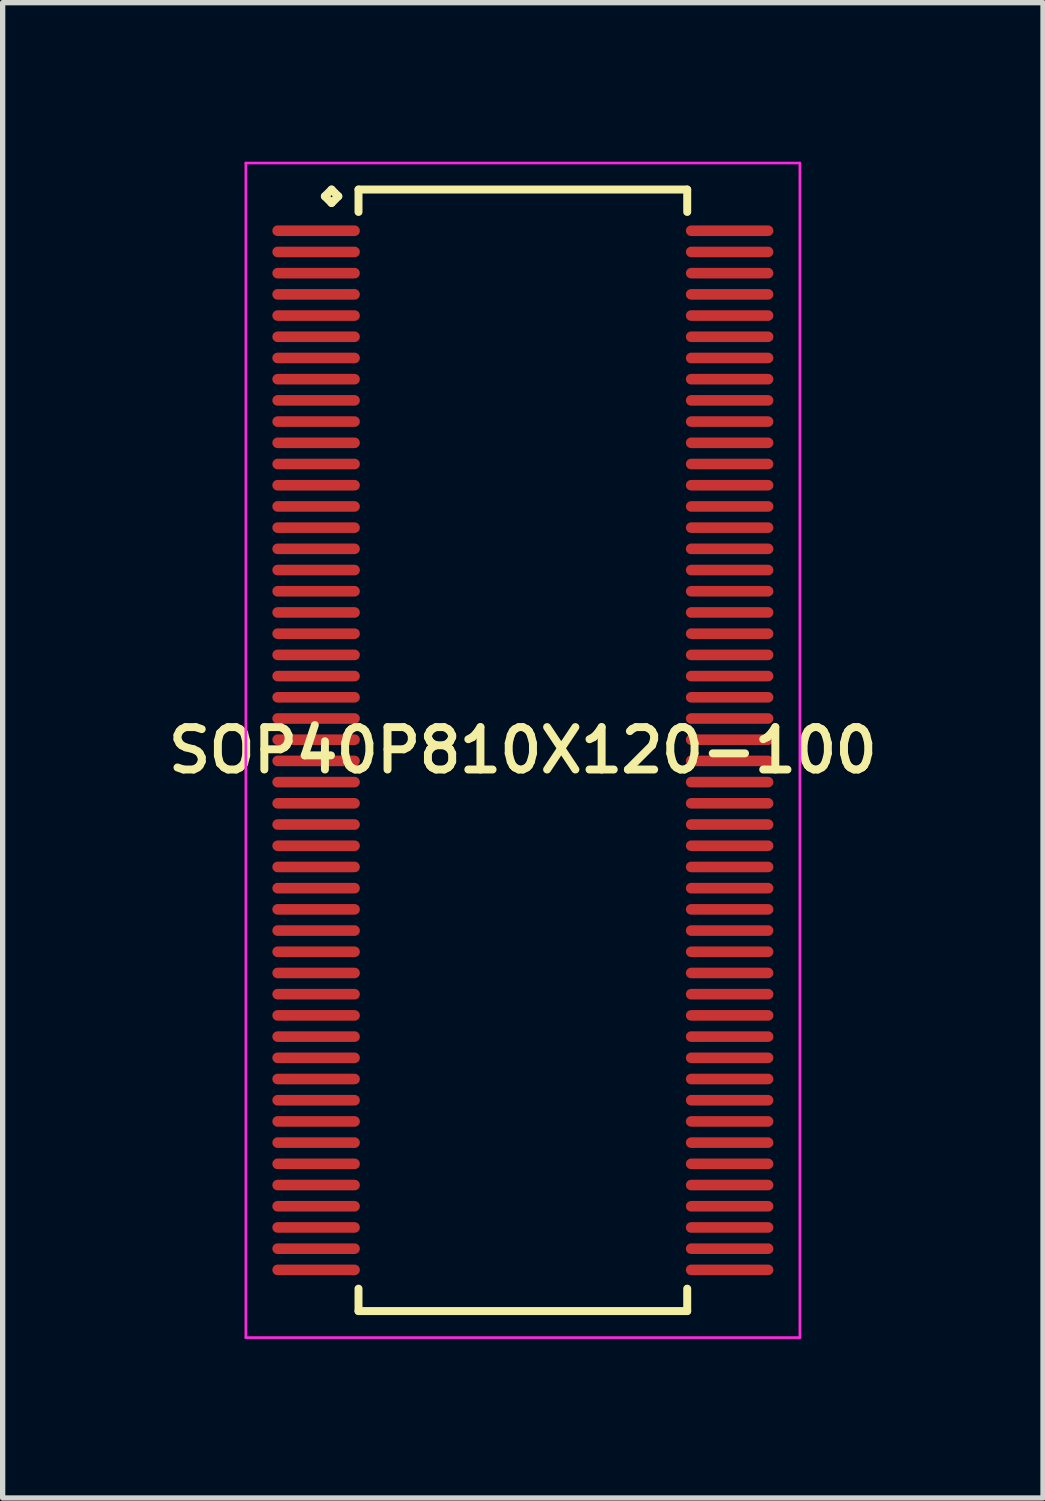
<source format=kicad_pcb>
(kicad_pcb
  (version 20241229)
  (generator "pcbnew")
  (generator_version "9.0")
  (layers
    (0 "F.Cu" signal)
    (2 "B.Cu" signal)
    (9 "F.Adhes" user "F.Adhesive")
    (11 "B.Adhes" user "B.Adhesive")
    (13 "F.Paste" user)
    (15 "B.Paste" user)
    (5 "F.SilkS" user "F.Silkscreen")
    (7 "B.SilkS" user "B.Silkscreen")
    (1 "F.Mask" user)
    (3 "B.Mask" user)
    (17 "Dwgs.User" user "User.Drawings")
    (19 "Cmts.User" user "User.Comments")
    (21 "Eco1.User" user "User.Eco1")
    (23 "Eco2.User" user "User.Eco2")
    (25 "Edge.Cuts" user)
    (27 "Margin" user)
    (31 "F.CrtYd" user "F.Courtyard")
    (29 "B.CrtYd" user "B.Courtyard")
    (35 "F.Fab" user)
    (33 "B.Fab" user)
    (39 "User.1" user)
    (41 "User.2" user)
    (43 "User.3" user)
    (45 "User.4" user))
  (footprint "SOP40P810X120-100"
    (layer "F.Cu")
    (at 6.812 11.102)
    (property "Reference" "SOP40P810X120-100" (at 0 0 0) (layer "F.SilkS") (effects (font (size 0.8 0.8) (thickness 0.15))))
    (attr smd)
    (fp_line (start -3.735 -10.45) (end -3.608 -10.577) (stroke (width 0.15) (type solid)) (layer "F.SilkS"))
    (fp_line (start -3.608 -10.577) (end -3.481 -10.45) (stroke (width 0.15) (type solid)) (layer "F.SilkS"))
    (fp_line (start -3.608 -10.323) (end -3.735 -10.45) (stroke (width 0.15) (type solid)) (layer "F.SilkS"))
    (fp_line (start -3.481 -10.45) (end -3.608 -10.323) (stroke (width 0.15) (type solid)) (layer "F.SilkS"))
    (fp_line (start -3.1 -10.577) (end 3.1 -10.577) (stroke (width 0.15) (type solid)) (layer "F.SilkS"))
    (fp_line (start -3.1 -10.154) (end -3.1 -10.577) (stroke (width 0.15) (type solid)) (layer "F.SilkS"))
    (fp_line (start -3.1 10.154) (end -3.1 10.577) (stroke (width 0.15) (type solid)) (layer "F.SilkS"))
    (fp_line (start -3.1 10.577) (end 3.1 10.577) (stroke (width 0.15) (type solid)) (layer "F.SilkS"))
    (fp_line (start 3.1 -10.577) (end 3.1 -10.154) (stroke (width 0.15) (type solid)) (layer "F.SilkS"))
    (fp_line (start 3.1 10.577) (end 3.1 10.154) (stroke (width 0.15) (type solid)) (layer "F.SilkS"))
    (fp_line (start -5.225 -11.077) (end 5.225 -11.077) (stroke (width 0.05) (type solid)) (layer "F.CrtYd"))
    (fp_line (start -5.225 11.077) (end -5.225 -11.077) (stroke (width 0.05) (type solid)) (layer "F.CrtYd"))
    (fp_line (start 5.225 -11.077) (end 5.225 11.077) (stroke (width 0.05) (type solid)) (layer "F.CrtYd"))
    (fp_line (start 5.225 11.077) (end -5.225 11.077) (stroke (width 0.05) (type solid)) (layer "F.CrtYd"))
    (pad "1" smd oval (at -3.9 -9.8) (size 1.65 0.2) (layers "F.Cu" "F.Mask" "F.Paste"))
    (pad "2" smd oval (at -3.9 -9.4) (size 1.65 0.2) (layers "F.Cu" "F.Mask" "F.Paste"))
    (pad "3" smd oval (at -3.9 -9) (size 1.65 0.2) (layers "F.Cu" "F.Mask" "F.Paste"))
    (pad "4" smd oval (at -3.9 -8.6) (size 1.65 0.2) (layers "F.Cu" "F.Mask" "F.Paste"))
    (pad "5" smd oval (at -3.9 -8.2) (size 1.65 0.2) (layers "F.Cu" "F.Mask" "F.Paste"))
    (pad "6" smd oval (at -3.9 -7.8) (size 1.65 0.2) (layers "F.Cu" "F.Mask" "F.Paste"))
    (pad "7" smd oval (at -3.9 -7.4) (size 1.65 0.2) (layers "F.Cu" "F.Mask" "F.Paste"))
    (pad "8" smd oval (at -3.9 -7) (size 1.65 0.2) (layers "F.Cu" "F.Mask" "F.Paste"))
    (pad "9" smd oval (at -3.9 -6.6) (size 1.65 0.2) (layers "F.Cu" "F.Mask" "F.Paste"))
    (pad "10" smd oval (at -3.9 -6.2) (size 1.65 0.2) (layers "F.Cu" "F.Mask" "F.Paste"))
    (pad "11" smd oval (at -3.9 -5.8) (size 1.65 0.2) (layers "F.Cu" "F.Mask" "F.Paste"))
    (pad "12" smd oval (at -3.9 -5.4) (size 1.65 0.2) (layers "F.Cu" "F.Mask" "F.Paste"))
    (pad "13" smd oval (at -3.9 -5) (size 1.65 0.2) (layers "F.Cu" "F.Mask" "F.Paste"))
    (pad "14" smd oval (at -3.9 -4.6) (size 1.65 0.2) (layers "F.Cu" "F.Mask" "F.Paste"))
    (pad "15" smd oval (at -3.9 -4.2) (size 1.65 0.2) (layers "F.Cu" "F.Mask" "F.Paste"))
    (pad "16" smd oval (at -3.9 -3.8) (size 1.65 0.2) (layers "F.Cu" "F.Mask" "F.Paste"))
    (pad "17" smd oval (at -3.9 -3.4) (size 1.65 0.2) (layers "F.Cu" "F.Mask" "F.Paste"))
    (pad "18" smd oval (at -3.9 -3) (size 1.65 0.2) (layers "F.Cu" "F.Mask" "F.Paste"))
    (pad "19" smd oval (at -3.9 -2.6) (size 1.65 0.2) (layers "F.Cu" "F.Mask" "F.Paste"))
    (pad "20" smd oval (at -3.9 -2.2) (size 1.65 0.2) (layers "F.Cu" "F.Mask" "F.Paste"))
    (pad "21" smd oval (at -3.9 -1.8) (size 1.65 0.2) (layers "F.Cu" "F.Mask" "F.Paste"))
    (pad "22" smd oval (at -3.9 -1.4) (size 1.65 0.2) (layers "F.Cu" "F.Mask" "F.Paste"))
    (pad "23" smd oval (at -3.9 -1) (size 1.65 0.2) (layers "F.Cu" "F.Mask" "F.Paste"))
    (pad "24" smd oval (at -3.9 -0.6) (size 1.65 0.2) (layers "F.Cu" "F.Mask" "F.Paste"))
    (pad "25" smd oval (at -3.9 -0.2) (size 1.65 0.2) (layers "F.Cu" "F.Mask" "F.Paste"))
    (pad "26" smd oval (at -3.9 0.2) (size 1.65 0.2) (layers "F.Cu" "F.Mask" "F.Paste"))
    (pad "27" smd oval (at -3.9 0.6) (size 1.65 0.2) (layers "F.Cu" "F.Mask" "F.Paste"))
    (pad "28" smd oval (at -3.9 1) (size 1.65 0.2) (layers "F.Cu" "F.Mask" "F.Paste"))
    (pad "29" smd oval (at -3.9 1.4) (size 1.65 0.2) (layers "F.Cu" "F.Mask" "F.Paste"))
    (pad "30" smd oval (at -3.9 1.8) (size 1.65 0.2) (layers "F.Cu" "F.Mask" "F.Paste"))
    (pad "31" smd oval (at -3.9 2.2) (size 1.65 0.2) (layers "F.Cu" "F.Mask" "F.Paste"))
    (pad "32" smd oval (at -3.9 2.6) (size 1.65 0.2) (layers "F.Cu" "F.Mask" "F.Paste"))
    (pad "33" smd oval (at -3.9 3) (size 1.65 0.2) (layers "F.Cu" "F.Mask" "F.Paste"))
    (pad "34" smd oval (at -3.9 3.4) (size 1.65 0.2) (layers "F.Cu" "F.Mask" "F.Paste"))
    (pad "35" smd oval (at -3.9 3.8) (size 1.65 0.2) (layers "F.Cu" "F.Mask" "F.Paste"))
    (pad "36" smd oval (at -3.9 4.2) (size 1.65 0.2) (layers "F.Cu" "F.Mask" "F.Paste"))
    (pad "37" smd oval (at -3.9 4.6) (size 1.65 0.2) (layers "F.Cu" "F.Mask" "F.Paste"))
    (pad "38" smd oval (at -3.9 5) (size 1.65 0.2) (layers "F.Cu" "F.Mask" "F.Paste"))
    (pad "39" smd oval (at -3.9 5.4) (size 1.65 0.2) (layers "F.Cu" "F.Mask" "F.Paste"))
    (pad "40" smd oval (at -3.9 5.8) (size 1.65 0.2) (layers "F.Cu" "F.Mask" "F.Paste"))
    (pad "41" smd oval (at -3.9 6.2) (size 1.65 0.2) (layers "F.Cu" "F.Mask" "F.Paste"))
    (pad "42" smd oval (at -3.9 6.6) (size 1.65 0.2) (layers "F.Cu" "F.Mask" "F.Paste"))
    (pad "43" smd oval (at -3.9 7) (size 1.65 0.2) (layers "F.Cu" "F.Mask" "F.Paste"))
    (pad "44" smd oval (at -3.9 7.4) (size 1.65 0.2) (layers "F.Cu" "F.Mask" "F.Paste"))
    (pad "45" smd oval (at -3.9 7.8) (size 1.65 0.2) (layers "F.Cu" "F.Mask" "F.Paste"))
    (pad "46" smd oval (at -3.9 8.2) (size 1.65 0.2) (layers "F.Cu" "F.Mask" "F.Paste"))
    (pad "47" smd oval (at -3.9 8.6) (size 1.65 0.2) (layers "F.Cu" "F.Mask" "F.Paste"))
    (pad "48" smd oval (at -3.9 9) (size 1.65 0.2) (layers "F.Cu" "F.Mask" "F.Paste"))
    (pad "49" smd oval (at -3.9 9.4) (size 1.65 0.2) (layers "F.Cu" "F.Mask" "F.Paste"))
    (pad "50" smd oval (at -3.9 9.8) (size 1.65 0.2) (layers "F.Cu" "F.Mask" "F.Paste"))
    (pad "51" smd oval (at 3.9 9.8) (size 1.65 0.2) (layers "F.Cu" "F.Mask" "F.Paste"))
    (pad "52" smd oval (at 3.9 9.4) (size 1.65 0.2) (layers "F.Cu" "F.Mask" "F.Paste"))
    (pad "53" smd oval (at 3.9 9) (size 1.65 0.2) (layers "F.Cu" "F.Mask" "F.Paste"))
    (pad "54" smd oval (at 3.9 8.6) (size 1.65 0.2) (layers "F.Cu" "F.Mask" "F.Paste"))
    (pad "55" smd oval (at 3.9 8.2) (size 1.65 0.2) (layers "F.Cu" "F.Mask" "F.Paste"))
    (pad "56" smd oval (at 3.9 7.8) (size 1.65 0.2) (layers "F.Cu" "F.Mask" "F.Paste"))
    (pad "57" smd oval (at 3.9 7.4) (size 1.65 0.2) (layers "F.Cu" "F.Mask" "F.Paste"))
    (pad "58" smd oval (at 3.9 7) (size 1.65 0.2) (layers "F.Cu" "F.Mask" "F.Paste"))
    (pad "59" smd oval (at 3.9 6.6) (size 1.65 0.2) (layers "F.Cu" "F.Mask" "F.Paste"))
    (pad "60" smd oval (at 3.9 6.2) (size 1.65 0.2) (layers "F.Cu" "F.Mask" "F.Paste"))
    (pad "61" smd oval (at 3.9 5.8) (size 1.65 0.2) (layers "F.Cu" "F.Mask" "F.Paste"))
    (pad "62" smd oval (at 3.9 5.4) (size 1.65 0.2) (layers "F.Cu" "F.Mask" "F.Paste"))
    (pad "63" smd oval (at 3.9 5) (size 1.65 0.2) (layers "F.Cu" "F.Mask" "F.Paste"))
    (pad "64" smd oval (at 3.9 4.6) (size 1.65 0.2) (layers "F.Cu" "F.Mask" "F.Paste"))
    (pad "65" smd oval (at 3.9 4.2) (size 1.65 0.2) (layers "F.Cu" "F.Mask" "F.Paste"))
    (pad "66" smd oval (at 3.9 3.8) (size 1.65 0.2) (layers "F.Cu" "F.Mask" "F.Paste"))
    (pad "67" smd oval (at 3.9 3.4) (size 1.65 0.2) (layers "F.Cu" "F.Mask" "F.Paste"))
    (pad "68" smd oval (at 3.9 3) (size 1.65 0.2) (layers "F.Cu" "F.Mask" "F.Paste"))
    (pad "69" smd oval (at 3.9 2.6) (size 1.65 0.2) (layers "F.Cu" "F.Mask" "F.Paste"))
    (pad "70" smd oval (at 3.9 2.2) (size 1.65 0.2) (layers "F.Cu" "F.Mask" "F.Paste"))
    (pad "71" smd oval (at 3.9 1.8) (size 1.65 0.2) (layers "F.Cu" "F.Mask" "F.Paste"))
    (pad "72" smd oval (at 3.9 1.4) (size 1.65 0.2) (layers "F.Cu" "F.Mask" "F.Paste"))
    (pad "73" smd oval (at 3.9 1) (size 1.65 0.2) (layers "F.Cu" "F.Mask" "F.Paste"))
    (pad "74" smd oval (at 3.9 0.6) (size 1.65 0.2) (layers "F.Cu" "F.Mask" "F.Paste"))
    (pad "75" smd oval (at 3.9 0.2) (size 1.65 0.2) (layers "F.Cu" "F.Mask" "F.Paste"))
    (pad "76" smd oval (at 3.9 -0.2) (size 1.65 0.2) (layers "F.Cu" "F.Mask" "F.Paste"))
    (pad "77" smd oval (at 3.9 -0.6) (size 1.65 0.2) (layers "F.Cu" "F.Mask" "F.Paste"))
    (pad "78" smd oval (at 3.9 -1) (size 1.65 0.2) (layers "F.Cu" "F.Mask" "F.Paste"))
    (pad "79" smd oval (at 3.9 -1.4) (size 1.65 0.2) (layers "F.Cu" "F.Mask" "F.Paste"))
    (pad "80" smd oval (at 3.9 -1.8) (size 1.65 0.2) (layers "F.Cu" "F.Mask" "F.Paste"))
    (pad "81" smd oval (at 3.9 -2.2) (size 1.65 0.2) (layers "F.Cu" "F.Mask" "F.Paste"))
    (pad "82" smd oval (at 3.9 -2.6) (size 1.65 0.2) (layers "F.Cu" "F.Mask" "F.Paste"))
    (pad "83" smd oval (at 3.9 -3) (size 1.65 0.2) (layers "F.Cu" "F.Mask" "F.Paste"))
    (pad "84" smd oval (at 3.9 -3.4) (size 1.65 0.2) (layers "F.Cu" "F.Mask" "F.Paste"))
    (pad "85" smd oval (at 3.9 -3.8) (size 1.65 0.2) (layers "F.Cu" "F.Mask" "F.Paste"))
    (pad "86" smd oval (at 3.9 -4.2) (size 1.65 0.2) (layers "F.Cu" "F.Mask" "F.Paste"))
    (pad "87" smd oval (at 3.9 -4.6) (size 1.65 0.2) (layers "F.Cu" "F.Mask" "F.Paste"))
    (pad "88" smd oval (at 3.9 -5) (size 1.65 0.2) (layers "F.Cu" "F.Mask" "F.Paste"))
    (pad "89" smd oval (at 3.9 -5.4) (size 1.65 0.2) (layers "F.Cu" "F.Mask" "F.Paste"))
    (pad "90" smd oval (at 3.9 -5.8) (size 1.65 0.2) (layers "F.Cu" "F.Mask" "F.Paste"))
    (pad "91" smd oval (at 3.9 -6.2) (size 1.65 0.2) (layers "F.Cu" "F.Mask" "F.Paste"))
    (pad "92" smd oval (at 3.9 -6.6) (size 1.65 0.2) (layers "F.Cu" "F.Mask" "F.Paste"))
    (pad "93" smd oval (at 3.9 -7) (size 1.65 0.2) (layers "F.Cu" "F.Mask" "F.Paste"))
    (pad "94" smd oval (at 3.9 -7.4) (size 1.65 0.2) (layers "F.Cu" "F.Mask" "F.Paste"))
    (pad "95" smd oval (at 3.9 -7.8) (size 1.65 0.2) (layers "F.Cu" "F.Mask" "F.Paste"))
    (pad "96" smd oval (at 3.9 -8.2) (size 1.65 0.2) (layers "F.Cu" "F.Mask" "F.Paste"))
    (pad "97" smd oval (at 3.9 -8.6) (size 1.65 0.2) (layers "F.Cu" "F.Mask" "F.Paste"))
    (pad "98" smd oval (at 3.9 -9) (size 1.65 0.2) (layers "F.Cu" "F.Mask" "F.Paste"))
    (pad "99" smd oval (at 3.9 -9.4) (size 1.65 0.2) (layers "F.Cu" "F.Mask" "F.Paste"))
    (pad "100" smd oval (at 3.9 -9.8) (size 1.65 0.2) (layers "F.Cu" "F.Mask" "F.Paste")))
  (gr_rect
    (start -3 -3)
    (end 16.623 25.204)
    (stroke (width 0.1) (type default))
    (fill no)
    (layer "Edge.Cuts")))
</source>
